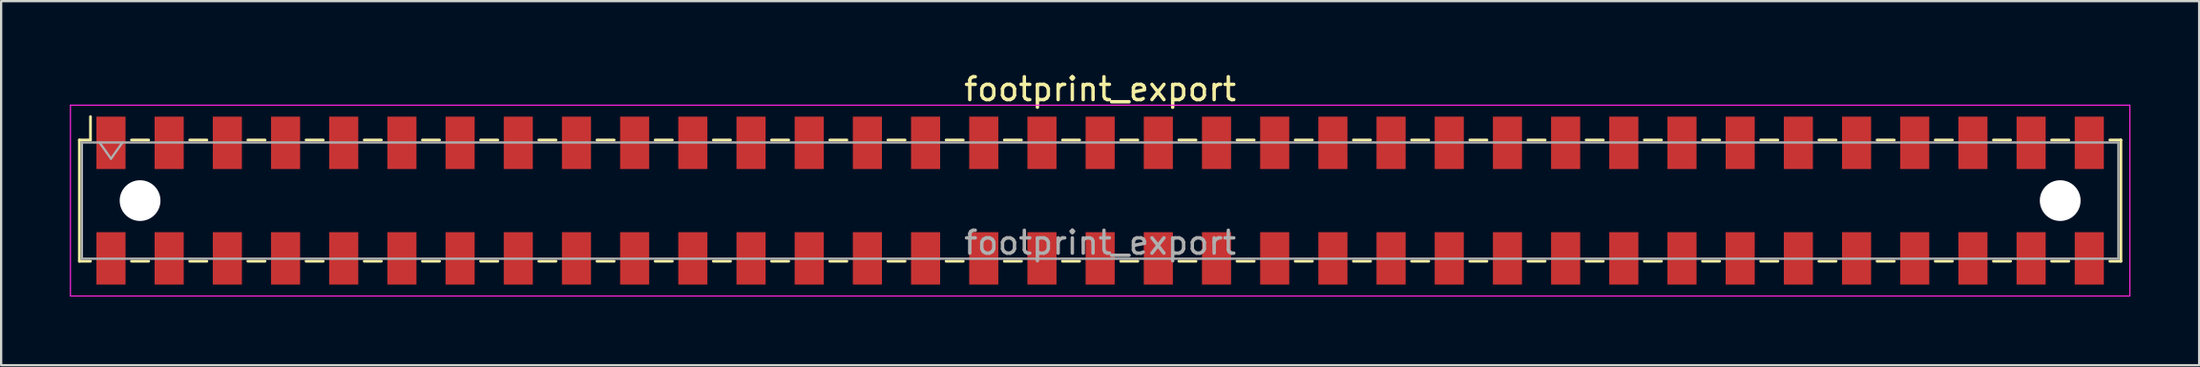
<source format=kicad_pcb>
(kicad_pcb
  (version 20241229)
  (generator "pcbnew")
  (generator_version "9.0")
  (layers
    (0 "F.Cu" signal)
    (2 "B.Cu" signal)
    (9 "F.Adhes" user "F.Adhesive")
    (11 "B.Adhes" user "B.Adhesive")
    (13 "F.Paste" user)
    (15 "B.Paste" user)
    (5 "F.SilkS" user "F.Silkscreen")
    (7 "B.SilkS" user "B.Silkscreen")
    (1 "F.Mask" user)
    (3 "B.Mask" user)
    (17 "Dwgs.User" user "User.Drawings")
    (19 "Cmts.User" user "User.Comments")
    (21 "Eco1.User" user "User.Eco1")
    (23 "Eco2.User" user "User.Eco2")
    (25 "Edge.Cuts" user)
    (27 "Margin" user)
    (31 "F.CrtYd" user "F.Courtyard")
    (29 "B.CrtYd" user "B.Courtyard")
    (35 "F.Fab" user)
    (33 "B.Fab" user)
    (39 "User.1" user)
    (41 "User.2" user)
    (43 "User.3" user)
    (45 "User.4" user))
  (footprint "footprint_export"
    (layer "F.Cu")
    (at 44.975 5.718)
    (property "Reference" "footprint_export" (at 0 -4.87 0) (layer "F.SilkS") (effects (font (size 1 1) (thickness 0.15))))
    (attr smd)
    (fp_line (start -44.56 -2.65) (end -44.56 2.65) (stroke (width 0.12) (type solid)) (layer "F.SilkS"))
    (fp_line (start -44.56 2.65) (end -44.075 2.65) (stroke (width 0.12) (type solid)) (layer "F.SilkS"))
    (fp_line (start -44.075 -3.67) (end -44.075 -2.65) (stroke (width 0.12) (type solid)) (layer "F.SilkS"))
    (fp_line (start -44.075 -2.65) (end -44.56 -2.65) (stroke (width 0.12) (type solid)) (layer "F.SilkS"))
    (fp_line (start -42.285 -2.65) (end -41.535 -2.65) (stroke (width 0.12) (type solid)) (layer "F.SilkS"))
    (fp_line (start -42.285 2.65) (end -41.535 2.65) (stroke (width 0.12) (type solid)) (layer "F.SilkS"))
    (fp_line (start -39.745 -2.65) (end -38.995 -2.65) (stroke (width 0.12) (type solid)) (layer "F.SilkS"))
    (fp_line (start -39.745 2.65) (end -38.995 2.65) (stroke (width 0.12) (type solid)) (layer "F.SilkS"))
    (fp_line (start -37.205 -2.65) (end -36.455 -2.65) (stroke (width 0.12) (type solid)) (layer "F.SilkS"))
    (fp_line (start -37.205 2.65) (end -36.455 2.65) (stroke (width 0.12) (type solid)) (layer "F.SilkS"))
    (fp_line (start -34.665 -2.65) (end -33.915 -2.65) (stroke (width 0.12) (type solid)) (layer "F.SilkS"))
    (fp_line (start -34.665 2.65) (end -33.915 2.65) (stroke (width 0.12) (type solid)) (layer "F.SilkS"))
    (fp_line (start -32.125 -2.65) (end -31.375 -2.65) (stroke (width 0.12) (type solid)) (layer "F.SilkS"))
    (fp_line (start -32.125 2.65) (end -31.375 2.65) (stroke (width 0.12) (type solid)) (layer "F.SilkS"))
    (fp_line (start -29.585 -2.65) (end -28.835 -2.65) (stroke (width 0.12) (type solid)) (layer "F.SilkS"))
    (fp_line (start -29.585 2.65) (end -28.835 2.65) (stroke (width 0.12) (type solid)) (layer "F.SilkS"))
    (fp_line (start -27.045 -2.65) (end -26.295 -2.65) (stroke (width 0.12) (type solid)) (layer "F.SilkS"))
    (fp_line (start -27.045 2.65) (end -26.295 2.65) (stroke (width 0.12) (type solid)) (layer "F.SilkS"))
    (fp_line (start -24.505 -2.65) (end -23.755 -2.65) (stroke (width 0.12) (type solid)) (layer "F.SilkS"))
    (fp_line (start -24.505 2.65) (end -23.755 2.65) (stroke (width 0.12) (type solid)) (layer "F.SilkS"))
    (fp_line (start -21.965 -2.65) (end -21.215 -2.65) (stroke (width 0.12) (type solid)) (layer "F.SilkS"))
    (fp_line (start -21.965 2.65) (end -21.215 2.65) (stroke (width 0.12) (type solid)) (layer "F.SilkS"))
    (fp_line (start -19.425 -2.65) (end -18.675 -2.65) (stroke (width 0.12) (type solid)) (layer "F.SilkS"))
    (fp_line (start -19.425 2.65) (end -18.675 2.65) (stroke (width 0.12) (type solid)) (layer "F.SilkS"))
    (fp_line (start -16.885 -2.65) (end -16.135 -2.65) (stroke (width 0.12) (type solid)) (layer "F.SilkS"))
    (fp_line (start -16.885 2.65) (end -16.135 2.65) (stroke (width 0.12) (type solid)) (layer "F.SilkS"))
    (fp_line (start -14.345 -2.65) (end -13.595 -2.65) (stroke (width 0.12) (type solid)) (layer "F.SilkS"))
    (fp_line (start -14.345 2.65) (end -13.595 2.65) (stroke (width 0.12) (type solid)) (layer "F.SilkS"))
    (fp_line (start -11.805 -2.65) (end -11.055 -2.65) (stroke (width 0.12) (type solid)) (layer "F.SilkS"))
    (fp_line (start -11.805 2.65) (end -11.055 2.65) (stroke (width 0.12) (type solid)) (layer "F.SilkS"))
    (fp_line (start -9.265 -2.65) (end -8.515 -2.65) (stroke (width 0.12) (type solid)) (layer "F.SilkS"))
    (fp_line (start -9.265 2.65) (end -8.515 2.65) (stroke (width 0.12) (type solid)) (layer "F.SilkS"))
    (fp_line (start -6.725 -2.65) (end -5.975 -2.65) (stroke (width 0.12) (type solid)) (layer "F.SilkS"))
    (fp_line (start -6.725 2.65) (end -5.975 2.65) (stroke (width 0.12) (type solid)) (layer "F.SilkS"))
    (fp_line (start -4.185 -2.65) (end -3.435 -2.65) (stroke (width 0.12) (type solid)) (layer "F.SilkS"))
    (fp_line (start -4.185 2.65) (end -3.435 2.65) (stroke (width 0.12) (type solid)) (layer "F.SilkS"))
    (fp_line (start -1.645 -2.65) (end -0.895 -2.65) (stroke (width 0.12) (type solid)) (layer "F.SilkS"))
    (fp_line (start -1.645 2.65) (end -0.895 2.65) (stroke (width 0.12) (type solid)) (layer "F.SilkS"))
    (fp_line (start 0.895 -2.65) (end 1.645 -2.65) (stroke (width 0.12) (type solid)) (layer "F.SilkS"))
    (fp_line (start 0.895 2.65) (end 1.645 2.65) (stroke (width 0.12) (type solid)) (layer "F.SilkS"))
    (fp_line (start 3.435 -2.65) (end 4.185 -2.65) (stroke (width 0.12) (type solid)) (layer "F.SilkS"))
    (fp_line (start 3.435 2.65) (end 4.185 2.65) (stroke (width 0.12) (type solid)) (layer "F.SilkS"))
    (fp_line (start 5.975 -2.65) (end 6.725 -2.65) (stroke (width 0.12) (type solid)) (layer "F.SilkS"))
    (fp_line (start 5.975 2.65) (end 6.725 2.65) (stroke (width 0.12) (type solid)) (layer "F.SilkS"))
    (fp_line (start 8.515 -2.65) (end 9.265 -2.65) (stroke (width 0.12) (type solid)) (layer "F.SilkS"))
    (fp_line (start 8.515 2.65) (end 9.265 2.65) (stroke (width 0.12) (type solid)) (layer "F.SilkS"))
    (fp_line (start 11.055 -2.65) (end 11.805 -2.65) (stroke (width 0.12) (type solid)) (layer "F.SilkS"))
    (fp_line (start 11.055 2.65) (end 11.805 2.65) (stroke (width 0.12) (type solid)) (layer "F.SilkS"))
    (fp_line (start 13.595 -2.65) (end 14.345 -2.65) (stroke (width 0.12) (type solid)) (layer "F.SilkS"))
    (fp_line (start 13.595 2.65) (end 14.345 2.65) (stroke (width 0.12) (type solid)) (layer "F.SilkS"))
    (fp_line (start 16.135 -2.65) (end 16.885 -2.65) (stroke (width 0.12) (type solid)) (layer "F.SilkS"))
    (fp_line (start 16.135 2.65) (end 16.885 2.65) (stroke (width 0.12) (type solid)) (layer "F.SilkS"))
    (fp_line (start 18.675 -2.65) (end 19.425 -2.65) (stroke (width 0.12) (type solid)) (layer "F.SilkS"))
    (fp_line (start 18.675 2.65) (end 19.425 2.65) (stroke (width 0.12) (type solid)) (layer "F.SilkS"))
    (fp_line (start 21.215 -2.65) (end 21.965 -2.65) (stroke (width 0.12) (type solid)) (layer "F.SilkS"))
    (fp_line (start 21.215 2.65) (end 21.965 2.65) (stroke (width 0.12) (type solid)) (layer "F.SilkS"))
    (fp_line (start 23.755 -2.65) (end 24.505 -2.65) (stroke (width 0.12) (type solid)) (layer "F.SilkS"))
    (fp_line (start 23.755 2.65) (end 24.505 2.65) (stroke (width 0.12) (type solid)) (layer "F.SilkS"))
    (fp_line (start 26.295 -2.65) (end 27.045 -2.65) (stroke (width 0.12) (type solid)) (layer "F.SilkS"))
    (fp_line (start 26.295 2.65) (end 27.045 2.65) (stroke (width 0.12) (type solid)) (layer "F.SilkS"))
    (fp_line (start 28.835 -2.65) (end 29.585 -2.65) (stroke (width 0.12) (type solid)) (layer "F.SilkS"))
    (fp_line (start 28.835 2.65) (end 29.585 2.65) (stroke (width 0.12) (type solid)) (layer "F.SilkS"))
    (fp_line (start 31.375 -2.65) (end 32.125 -2.65) (stroke (width 0.12) (type solid)) (layer "F.SilkS"))
    (fp_line (start 31.375 2.65) (end 32.125 2.65) (stroke (width 0.12) (type solid)) (layer "F.SilkS"))
    (fp_line (start 33.915 -2.65) (end 34.665 -2.65) (stroke (width 0.12) (type solid)) (layer "F.SilkS"))
    (fp_line (start 33.915 2.65) (end 34.665 2.65) (stroke (width 0.12) (type solid)) (layer "F.SilkS"))
    (fp_line (start 36.455 -2.65) (end 37.205 -2.65) (stroke (width 0.12) (type solid)) (layer "F.SilkS"))
    (fp_line (start 36.455 2.65) (end 37.205 2.65) (stroke (width 0.12) (type solid)) (layer "F.SilkS"))
    (fp_line (start 38.995 -2.65) (end 39.745 -2.65) (stroke (width 0.12) (type solid)) (layer "F.SilkS"))
    (fp_line (start 38.995 2.65) (end 39.745 2.65) (stroke (width 0.12) (type solid)) (layer "F.SilkS"))
    (fp_line (start 41.535 -2.65) (end 42.285 -2.65) (stroke (width 0.12) (type solid)) (layer "F.SilkS"))
    (fp_line (start 41.535 2.65) (end 42.285 2.65) (stroke (width 0.12) (type solid)) (layer "F.SilkS"))
    (fp_line (start 44.075 -2.65) (end 44.56 -2.65) (stroke (width 0.12) (type solid)) (layer "F.SilkS"))
    (fp_line (start 44.56 -2.65) (end 44.56 2.65) (stroke (width 0.12) (type solid)) (layer "F.SilkS"))
    (fp_line (start 44.56 2.65) (end 44.075 2.65) (stroke (width 0.12) (type solid)) (layer "F.SilkS"))
    (fp_line (start -44.95 -4.17) (end 44.95 -4.17) (stroke (width 0.05) (type solid)) (layer "F.CrtYd"))
    (fp_line (start -44.95 4.17) (end -44.95 -4.17) (stroke (width 0.05) (type solid)) (layer "F.CrtYd"))
    (fp_line (start 44.95 -4.17) (end 44.95 4.17) (stroke (width 0.05) (type solid)) (layer "F.CrtYd"))
    (fp_line (start 44.95 4.17) (end -44.95 4.17) (stroke (width 0.05) (type solid)) (layer "F.CrtYd"))
    (fp_line (start -44.45 -2.54) (end 44.45 -2.54) (stroke (width 0.1) (type solid)) (layer "F.Fab"))
    (fp_line (start -44.45 2.54) (end -44.45 -2.54) (stroke (width 0.1) (type solid)) (layer "F.Fab"))
    (fp_line (start -43.68 -2.54) (end -43.18 -1.833) (stroke (width 0.1) (type solid)) (layer "F.Fab"))
    (fp_line (start -43.18 -1.833) (end -42.68 -2.54) (stroke (width 0.1) (type solid)) (layer "F.Fab"))
    (fp_line (start 44.45 -2.54) (end 44.45 2.54) (stroke (width 0.1) (type solid)) (layer "F.Fab"))
    (fp_line (start 44.45 2.54) (end -44.45 2.54) (stroke (width 0.1) (type solid)) (layer "F.Fab"))
    (fp_text user "${REFERENCE}" (at 0 1.84 0) (layer "F.Fab") (effects (font (size 1 1) (thickness 0.15))))
    (pad "" np_thru_hole circle (at -41.91 0) (size 1.78 1.78) (drill 1.78) (layers "*.Cu" "*.Mask"))
    (pad "" np_thru_hole circle (at 41.91 0) (size 1.78 1.78) (drill 1.78) (layers "*.Cu" "*.Mask"))
    (pad "1" smd rect (at -43.18 -2.525) (size 1.27 2.29) (layers "F.Cu" "F.Mask" "F.Paste"))
    (pad "2" smd rect (at -43.18 2.525) (size 1.27 2.29) (layers "F.Cu" "F.Mask" "F.Paste"))
    (pad "3" smd rect (at -40.64 -2.525) (size 1.27 2.29) (layers "F.Cu" "F.Mask" "F.Paste"))
    (pad "4" smd rect (at -40.64 2.525) (size 1.27 2.29) (layers "F.Cu" "F.Mask" "F.Paste"))
    (pad "5" smd rect (at -38.1 -2.525) (size 1.27 2.29) (layers "F.Cu" "F.Mask" "F.Paste"))
    (pad "6" smd rect (at -38.1 2.525) (size 1.27 2.29) (layers "F.Cu" "F.Mask" "F.Paste"))
    (pad "7" smd rect (at -35.56 -2.525) (size 1.27 2.29) (layers "F.Cu" "F.Mask" "F.Paste"))
    (pad "8" smd rect (at -35.56 2.525) (size 1.27 2.29) (layers "F.Cu" "F.Mask" "F.Paste"))
    (pad "9" smd rect (at -33.02 -2.525) (size 1.27 2.29) (layers "F.Cu" "F.Mask" "F.Paste"))
    (pad "10" smd rect (at -33.02 2.525) (size 1.27 2.29) (layers "F.Cu" "F.Mask" "F.Paste"))
    (pad "11" smd rect (at -30.48 -2.525) (size 1.27 2.29) (layers "F.Cu" "F.Mask" "F.Paste"))
    (pad "12" smd rect (at -30.48 2.525) (size 1.27 2.29) (layers "F.Cu" "F.Mask" "F.Paste"))
    (pad "13" smd rect (at -27.94 -2.525) (size 1.27 2.29) (layers "F.Cu" "F.Mask" "F.Paste"))
    (pad "14" smd rect (at -27.94 2.525) (size 1.27 2.29) (layers "F.Cu" "F.Mask" "F.Paste"))
    (pad "15" smd rect (at -25.4 -2.525) (size 1.27 2.29) (layers "F.Cu" "F.Mask" "F.Paste"))
    (pad "16" smd rect (at -25.4 2.525) (size 1.27 2.29) (layers "F.Cu" "F.Mask" "F.Paste"))
    (pad "17" smd rect (at -22.86 -2.525) (size 1.27 2.29) (layers "F.Cu" "F.Mask" "F.Paste"))
    (pad "18" smd rect (at -22.86 2.525) (size 1.27 2.29) (layers "F.Cu" "F.Mask" "F.Paste"))
    (pad "19" smd rect (at -20.32 -2.525) (size 1.27 2.29) (layers "F.Cu" "F.Mask" "F.Paste"))
    (pad "20" smd rect (at -20.32 2.525) (size 1.27 2.29) (layers "F.Cu" "F.Mask" "F.Paste"))
    (pad "21" smd rect (at -17.78 -2.525) (size 1.27 2.29) (layers "F.Cu" "F.Mask" "F.Paste"))
    (pad "22" smd rect (at -17.78 2.525) (size 1.27 2.29) (layers "F.Cu" "F.Mask" "F.Paste"))
    (pad "23" smd rect (at -15.24 -2.525) (size 1.27 2.29) (layers "F.Cu" "F.Mask" "F.Paste"))
    (pad "24" smd rect (at -15.24 2.525) (size 1.27 2.29) (layers "F.Cu" "F.Mask" "F.Paste"))
    (pad "25" smd rect (at -12.7 -2.525) (size 1.27 2.29) (layers "F.Cu" "F.Mask" "F.Paste"))
    (pad "26" smd rect (at -12.7 2.525) (size 1.27 2.29) (layers "F.Cu" "F.Mask" "F.Paste"))
    (pad "27" smd rect (at -10.16 -2.525) (size 1.27 2.29) (layers "F.Cu" "F.Mask" "F.Paste"))
    (pad "28" smd rect (at -10.16 2.525) (size 1.27 2.29) (layers "F.Cu" "F.Mask" "F.Paste"))
    (pad "29" smd rect (at -7.62 -2.525) (size 1.27 2.29) (layers "F.Cu" "F.Mask" "F.Paste"))
    (pad "30" smd rect (at -7.62 2.525) (size 1.27 2.29) (layers "F.Cu" "F.Mask" "F.Paste"))
    (pad "31" smd rect (at -5.08 -2.525) (size 1.27 2.29) (layers "F.Cu" "F.Mask" "F.Paste"))
    (pad "32" smd rect (at -5.08 2.525) (size 1.27 2.29) (layers "F.Cu" "F.Mask" "F.Paste"))
    (pad "33" smd rect (at -2.54 -2.525) (size 1.27 2.29) (layers "F.Cu" "F.Mask" "F.Paste"))
    (pad "34" smd rect (at -2.54 2.525) (size 1.27 2.29) (layers "F.Cu" "F.Mask" "F.Paste"))
    (pad "35" smd rect (at 0 -2.525) (size 1.27 2.29) (layers "F.Cu" "F.Mask" "F.Paste"))
    (pad "36" smd rect (at 0 2.525) (size 1.27 2.29) (layers "F.Cu" "F.Mask" "F.Paste"))
    (pad "37" smd rect (at 2.54 -2.525) (size 1.27 2.29) (layers "F.Cu" "F.Mask" "F.Paste"))
    (pad "38" smd rect (at 2.54 2.525) (size 1.27 2.29) (layers "F.Cu" "F.Mask" "F.Paste"))
    (pad "39" smd rect (at 5.08 -2.525) (size 1.27 2.29) (layers "F.Cu" "F.Mask" "F.Paste"))
    (pad "40" smd rect (at 5.08 2.525) (size 1.27 2.29) (layers "F.Cu" "F.Mask" "F.Paste"))
    (pad "41" smd rect (at 7.62 -2.525) (size 1.27 2.29) (layers "F.Cu" "F.Mask" "F.Paste"))
    (pad "42" smd rect (at 7.62 2.525) (size 1.27 2.29) (layers "F.Cu" "F.Mask" "F.Paste"))
    (pad "43" smd rect (at 10.16 -2.525) (size 1.27 2.29) (layers "F.Cu" "F.Mask" "F.Paste"))
    (pad "44" smd rect (at 10.16 2.525) (size 1.27 2.29) (layers "F.Cu" "F.Mask" "F.Paste"))
    (pad "45" smd rect (at 12.7 -2.525) (size 1.27 2.29) (layers "F.Cu" "F.Mask" "F.Paste"))
    (pad "46" smd rect (at 12.7 2.525) (size 1.27 2.29) (layers "F.Cu" "F.Mask" "F.Paste"))
    (pad "47" smd rect (at 15.24 -2.525) (size 1.27 2.29) (layers "F.Cu" "F.Mask" "F.Paste"))
    (pad "48" smd rect (at 15.24 2.525) (size 1.27 2.29) (layers "F.Cu" "F.Mask" "F.Paste"))
    (pad "49" smd rect (at 17.78 -2.525) (size 1.27 2.29) (layers "F.Cu" "F.Mask" "F.Paste"))
    (pad "50" smd rect (at 17.78 2.525) (size 1.27 2.29) (layers "F.Cu" "F.Mask" "F.Paste"))
    (pad "51" smd rect (at 20.32 -2.525) (size 1.27 2.29) (layers "F.Cu" "F.Mask" "F.Paste"))
    (pad "52" smd rect (at 20.32 2.525) (size 1.27 2.29) (layers "F.Cu" "F.Mask" "F.Paste"))
    (pad "53" smd rect (at 22.86 -2.525) (size 1.27 2.29) (layers "F.Cu" "F.Mask" "F.Paste"))
    (pad "54" smd rect (at 22.86 2.525) (size 1.27 2.29) (layers "F.Cu" "F.Mask" "F.Paste"))
    (pad "55" smd rect (at 25.4 -2.525) (size 1.27 2.29) (layers "F.Cu" "F.Mask" "F.Paste"))
    (pad "56" smd rect (at 25.4 2.525) (size 1.27 2.29) (layers "F.Cu" "F.Mask" "F.Paste"))
    (pad "57" smd rect (at 27.94 -2.525) (size 1.27 2.29) (layers "F.Cu" "F.Mask" "F.Paste"))
    (pad "58" smd rect (at 27.94 2.525) (size 1.27 2.29) (layers "F.Cu" "F.Mask" "F.Paste"))
    (pad "59" smd rect (at 30.48 -2.525) (size 1.27 2.29) (layers "F.Cu" "F.Mask" "F.Paste"))
    (pad "60" smd rect (at 30.48 2.525) (size 1.27 2.29) (layers "F.Cu" "F.Mask" "F.Paste"))
    (pad "61" smd rect (at 33.02 -2.525) (size 1.27 2.29) (layers "F.Cu" "F.Mask" "F.Paste"))
    (pad "62" smd rect (at 33.02 2.525) (size 1.27 2.29) (layers "F.Cu" "F.Mask" "F.Paste"))
    (pad "63" smd rect (at 35.56 -2.525) (size 1.27 2.29) (layers "F.Cu" "F.Mask" "F.Paste"))
    (pad "64" smd rect (at 35.56 2.525) (size 1.27 2.29) (layers "F.Cu" "F.Mask" "F.Paste"))
    (pad "65" smd rect (at 38.1 -2.525) (size 1.27 2.29) (layers "F.Cu" "F.Mask" "F.Paste"))
    (pad "66" smd rect (at 38.1 2.525) (size 1.27 2.29) (layers "F.Cu" "F.Mask" "F.Paste"))
    (pad "67" smd rect (at 40.64 -2.525) (size 1.27 2.29) (layers "F.Cu" "F.Mask" "F.Paste"))
    (pad "68" smd rect (at 40.64 2.525) (size 1.27 2.29) (layers "F.Cu" "F.Mask" "F.Paste"))
    (pad "69" smd rect (at 43.18 -2.525) (size 1.27 2.29) (layers "F.Cu" "F.Mask" "F.Paste"))
    (pad "70" smd rect (at 43.18 2.525) (size 1.27 2.29) (layers "F.Cu" "F.Mask" "F.Paste")))
  (gr_rect
    (start -3 -3)
    (end 92.95 12.913)
    (stroke (width 0.1) (type default))
    (fill no)
    (layer "Edge.Cuts")))
</source>
